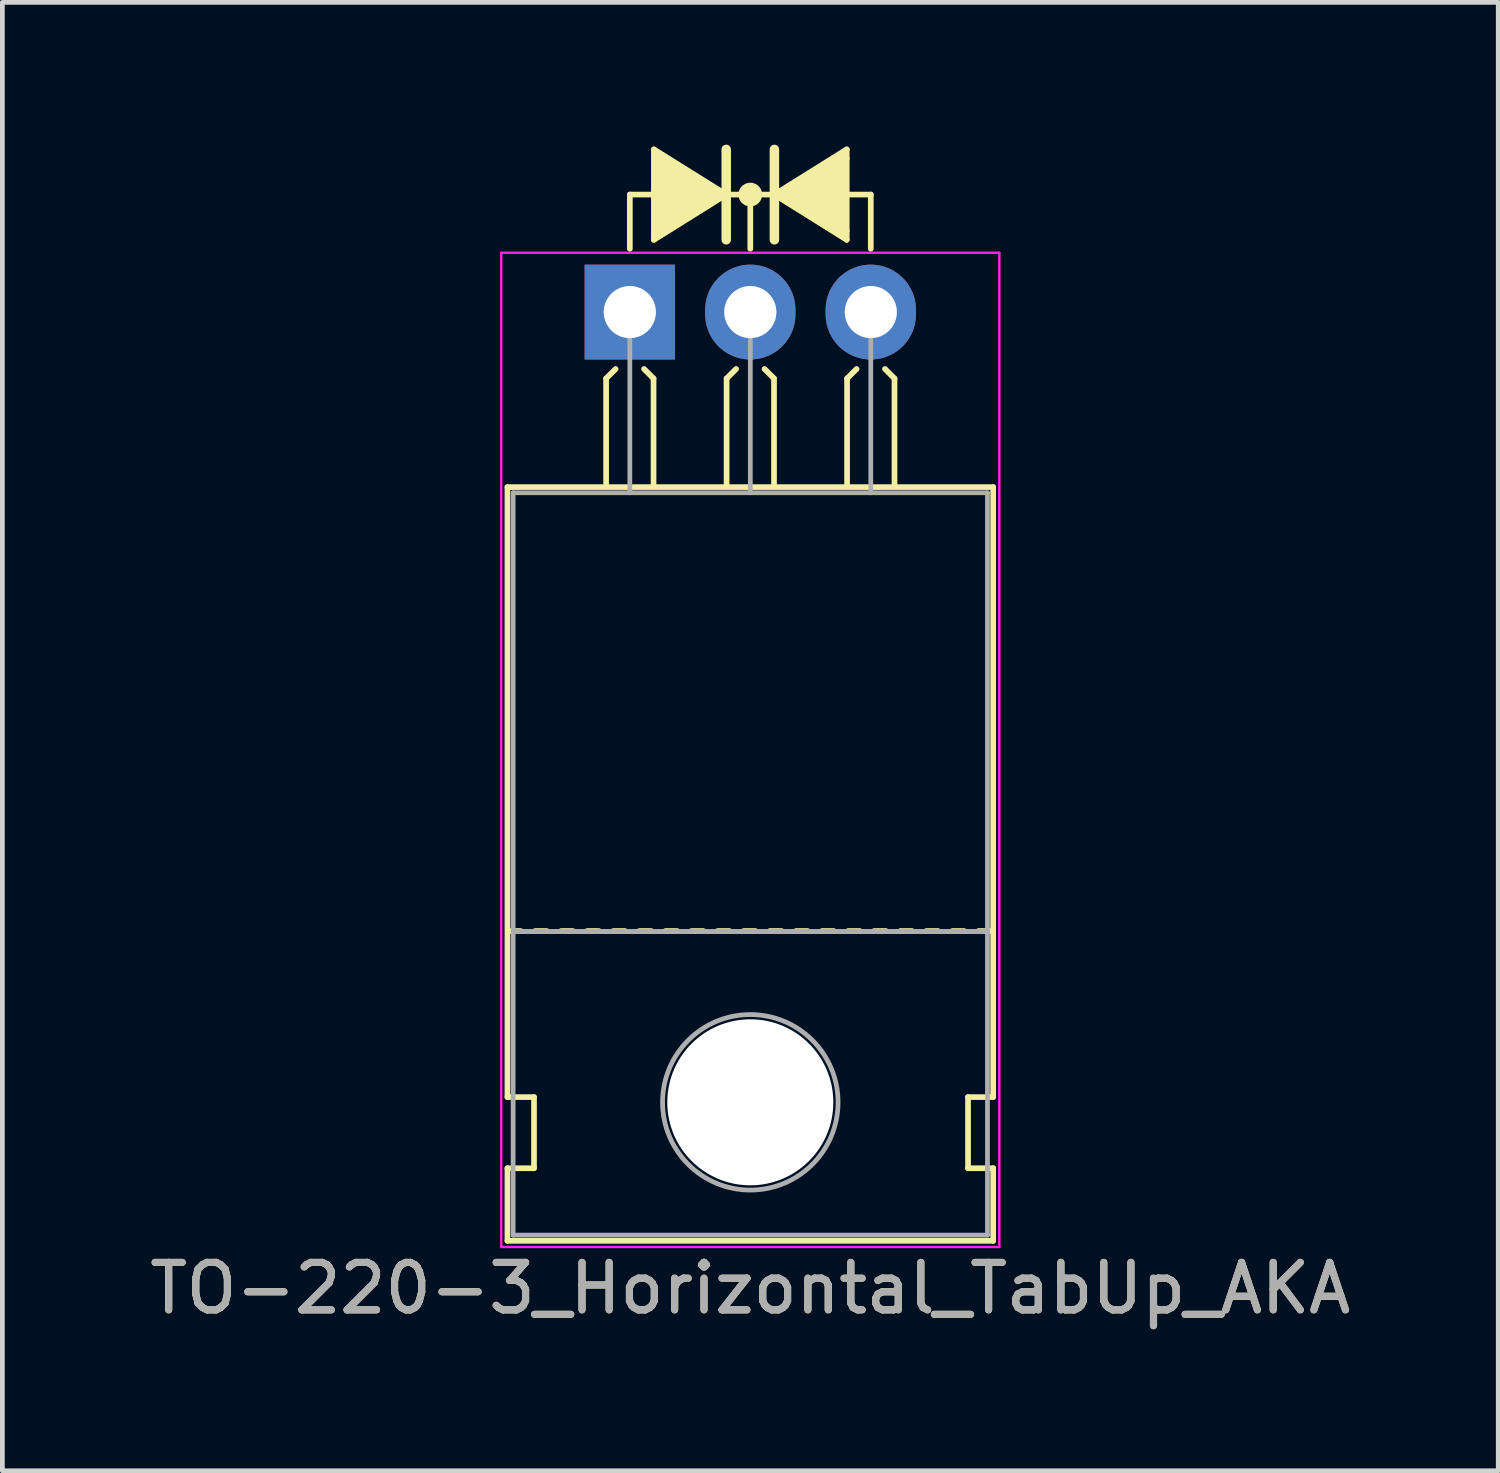
<source format=kicad_pcb>
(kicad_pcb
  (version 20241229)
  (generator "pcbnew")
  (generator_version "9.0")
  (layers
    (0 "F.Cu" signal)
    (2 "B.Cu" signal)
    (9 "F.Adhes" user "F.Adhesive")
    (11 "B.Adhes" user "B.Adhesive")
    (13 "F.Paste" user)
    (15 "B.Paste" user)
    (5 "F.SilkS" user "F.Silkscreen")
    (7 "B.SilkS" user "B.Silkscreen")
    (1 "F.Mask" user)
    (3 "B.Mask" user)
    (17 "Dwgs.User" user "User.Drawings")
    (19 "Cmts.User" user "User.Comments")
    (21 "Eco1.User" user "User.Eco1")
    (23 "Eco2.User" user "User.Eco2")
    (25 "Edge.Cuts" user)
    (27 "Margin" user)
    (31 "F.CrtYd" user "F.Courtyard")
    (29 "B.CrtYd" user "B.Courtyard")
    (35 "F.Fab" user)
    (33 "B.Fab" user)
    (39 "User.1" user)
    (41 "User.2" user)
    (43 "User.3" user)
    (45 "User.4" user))
  (footprint "TO-220-3_Horizontal_TabUp_AKA"
    (layer "F.Cu")
    (at 10.228 3.529)
    (property "Reference" "TO-220-3_Horizontal_TabUp_AKA" (at 2.54 20.58 0) (layer "F.SilkS") (effects (font (size 1 1) (thickness 0.15))))
    (attr through_hole)
    (fp_line (start -2.58 16.55) (end -2.58 3.69) (stroke (width 0.12) (type solid)) (layer "F.SilkS"))
    (fp_line (start -2.58 16.55) (end -2.02 16.55) (stroke (width 0.12) (type solid)) (layer "F.SilkS"))
    (fp_line (start -2.58 19.58) (end -2.58 18.05) (stroke (width 0.12) (type solid)) (layer "F.SilkS"))
    (fp_line (start -2.3 13.05) (end -2.55 13.05) (stroke (width 0.12) (type solid)) (layer "F.SilkS"))
    (fp_line (start -2.02 16.55) (end -2.02 18.05) (stroke (width 0.12) (type solid)) (layer "F.SilkS"))
    (fp_line (start -2.02 18.05) (end -2.58 18.05) (stroke (width 0.12) (type solid)) (layer "F.SilkS"))
    (fp_line (start -1.75 13.05) (end -2 13.05) (stroke (width 0.12) (type solid)) (layer "F.SilkS"))
    (fp_line (start -1.2 13.05) (end -1.45 13.05) (stroke (width 0.12) (type solid)) (layer "F.SilkS"))
    (fp_line (start -0.65 13.05) (end -0.9 13.05) (stroke (width 0.12) (type solid)) (layer "F.SilkS"))
    (fp_line (start -0.5 1.4) (end -0.3 1.2) (stroke (width 0.12) (type solid)) (layer "F.SilkS"))
    (fp_line (start -0.5 3.65) (end -0.5 1.4) (stroke (width 0.12) (type solid)) (layer "F.SilkS"))
    (fp_line (start -0.1 13.05) (end -0.35 13.05) (stroke (width 0.12) (type solid)) (layer "F.SilkS"))
    (fp_line (start 0 -2.477) (end 0.508 -2.477) (stroke (width 0.12) (type solid)) (layer "F.SilkS"))
    (fp_line (start 0 -1.333) (end 0 -2.477) (stroke (width 0.12) (type solid)) (layer "F.SilkS"))
    (fp_line (start 0.45 13.05) (end 0.2 13.05) (stroke (width 0.12) (type solid)) (layer "F.SilkS"))
    (fp_line (start 0.5 1.4) (end 0.3 1.2) (stroke (width 0.12) (type solid)) (layer "F.SilkS"))
    (fp_line (start 0.5 3.65) (end 0.5 1.4) (stroke (width 0.12) (type solid)) (layer "F.SilkS"))
    (fp_line (start 0.508 -3.429) (end 0.508 -1.524) (stroke (width 0.12) (type solid)) (layer "F.SilkS"))
    (fp_line (start 0.508 -1.524) (end 2.032 -2.477) (stroke (width 0.12) (type solid)) (layer "F.SilkS"))
    (fp_line (start 1 13.05) (end 0.75 13.05) (stroke (width 0.12) (type solid)) (layer "F.SilkS"))
    (fp_line (start 1.55 13.05) (end 1.3 13.05) (stroke (width 0.12) (type solid)) (layer "F.SilkS"))
    (fp_line (start 2.032 -2.477) (end 0.508 -3.429) (stroke (width 0.12) (type solid)) (layer "F.SilkS"))
    (fp_line (start 2.032 -1.524) (end 2.032 -3.429) (stroke (width 0.2) (type solid)) (layer "F.SilkS"))
    (fp_line (start 2.04 1.4) (end 2.24 1.2) (stroke (width 0.12) (type solid)) (layer "F.SilkS"))
    (fp_line (start 2.04 3.65) (end 2.04 1.4) (stroke (width 0.12) (type solid)) (layer "F.SilkS"))
    (fp_line (start 2.1 13.05) (end 1.85 13.05) (stroke (width 0.12) (type solid)) (layer "F.SilkS"))
    (fp_line (start 2.54 -2.477) (end 2.032 -2.477) (stroke (width 0.12) (type solid)) (layer "F.SilkS"))
    (fp_line (start 2.54 -2.477) (end 3.048 -2.477) (stroke (width 0.12) (type solid)) (layer "F.SilkS"))
    (fp_line (start 2.54 -1.333) (end 2.54 -2.477) (stroke (width 0.12) (type solid)) (layer "F.SilkS"))
    (fp_line (start 2.65 13.05) (end 2.4 13.05) (stroke (width 0.12) (type solid)) (layer "F.SilkS"))
    (fp_line (start 3.04 1.4) (end 2.84 1.2) (stroke (width 0.12) (type solid)) (layer "F.SilkS"))
    (fp_line (start 3.04 3.65) (end 3.04 1.4) (stroke (width 0.12) (type solid)) (layer "F.SilkS"))
    (fp_line (start 3.048 -3.429) (end 3.048 -1.524) (stroke (width 0.2) (type solid)) (layer "F.SilkS"))
    (fp_line (start 3.048 -2.477) (end 4.572 -3.429) (stroke (width 0.12) (type solid)) (layer "F.SilkS"))
    (fp_line (start 3.048 -2.477) (end 4.572 -1.524) (stroke (width 0.12) (type solid)) (layer "F.SilkS"))
    (fp_line (start 3.2 13.05) (end 2.95 13.05) (stroke (width 0.12) (type solid)) (layer "F.SilkS"))
    (fp_line (start 3.75 13.05) (end 3.5 13.05) (stroke (width 0.12) (type solid)) (layer "F.SilkS"))
    (fp_line (start 4.3 13.05) (end 4.05 13.05) (stroke (width 0.12) (type solid)) (layer "F.SilkS"))
    (fp_line (start 4.572 -3.239) (end 4.572 -3.429) (stroke (width 0.12) (type solid)) (layer "F.SilkS"))
    (fp_line (start 4.572 -1.714) (end 4.572 -3.239) (stroke (width 0.12) (type solid)) (layer "F.SilkS"))
    (fp_line (start 4.572 -1.714) (end 4.572 -1.524) (stroke (width 0.12) (type solid)) (layer "F.SilkS"))
    (fp_line (start 4.58 1.4) (end 4.78 1.2) (stroke (width 0.12) (type solid)) (layer "F.SilkS"))
    (fp_line (start 4.58 3.65) (end 4.58 1.4) (stroke (width 0.12) (type solid)) (layer "F.SilkS"))
    (fp_line (start 4.85 13.05) (end 4.6 13.05) (stroke (width 0.12) (type solid)) (layer "F.SilkS"))
    (fp_line (start 5.08 -2.477) (end 4.572 -2.477) (stroke (width 0.12) (type solid)) (layer "F.SilkS"))
    (fp_line (start 5.08 -1.333) (end 5.08 -2.477) (stroke (width 0.12) (type solid)) (layer "F.SilkS"))
    (fp_line (start 5.4 13.05) (end 5.15 13.05) (stroke (width 0.12) (type solid)) (layer "F.SilkS"))
    (fp_line (start 5.58 1.4) (end 5.38 1.2) (stroke (width 0.12) (type solid)) (layer "F.SilkS"))
    (fp_line (start 5.58 3.65) (end 5.58 1.4) (stroke (width 0.12) (type solid)) (layer "F.SilkS"))
    (fp_line (start 5.95 13.05) (end 5.7 13.05) (stroke (width 0.12) (type solid)) (layer "F.SilkS"))
    (fp_line (start 6.5 13.05) (end 6.25 13.05) (stroke (width 0.12) (type solid)) (layer "F.SilkS"))
    (fp_line (start 7.05 13.05) (end 6.8 13.05) (stroke (width 0.12) (type solid)) (layer "F.SilkS"))
    (fp_line (start 7.13 16.55) (end 7.655 16.55) (stroke (width 0.12) (type solid)) (layer "F.SilkS"))
    (fp_line (start 7.13 18.05) (end 7.13 16.55) (stroke (width 0.12) (type solid)) (layer "F.SilkS"))
    (fp_line (start 7.6 13.05) (end 7.35 13.05) (stroke (width 0.12) (type solid)) (layer "F.SilkS"))
    (fp_line (start 7.66 3.69) (end -2.58 3.69) (stroke (width 0.12) (type solid)) (layer "F.SilkS"))
    (fp_line (start 7.66 16.55) (end 7.66 3.69) (stroke (width 0.12) (type solid)) (layer "F.SilkS"))
    (fp_line (start 7.66 18.05) (end 7.13 18.05) (stroke (width 0.12) (type solid)) (layer "F.SilkS"))
    (fp_line (start 7.66 19.58) (end -2.58 19.58) (stroke (width 0.12) (type solid)) (layer "F.SilkS"))
    (fp_line (start 7.66 19.58) (end 7.66 18.05) (stroke (width 0.12) (type solid)) (layer "F.SilkS"))
    (fp_circle (center 2.54 -2.477) (end 2.54 -2.667) (stroke (width 0.12) (type solid)) (fill no) (layer "F.SilkS"))
    (fp_circle (center 2.54 -2.477) (end 2.54 -2.603) (stroke (width 0.12) (type solid)) (fill no) (layer "F.SilkS"))
    (fp_circle (center 2.54 -2.477) (end 2.54 -2.54) (stroke (width 0.12) (type solid)) (fill no) (layer "F.SilkS"))
    (fp_poly (pts (xy 0.508 -3.429) (xy 2.032 -2.477) (xy 0.508 -1.524)) (stroke (width 0.1) (type solid)) (fill yes) (layer "F.SilkS"))
    (fp_poly (pts (xy 3.048 -2.477) (xy 4.572 -3.429) (xy 4.572 -1.524)) (stroke (width 0.1) (type solid)) (fill yes) (layer "F.SilkS"))
    (fp_line (start -2.71 -1.25) (end -2.71 19.71) (stroke (width 0.05) (type solid)) (layer "F.CrtYd"))
    (fp_line (start -2.71 19.71) (end 7.79 19.71) (stroke (width 0.05) (type solid)) (layer "F.CrtYd"))
    (fp_line (start 7.79 -1.25) (end -2.71 -1.25) (stroke (width 0.05) (type solid)) (layer "F.CrtYd"))
    (fp_line (start 7.79 19.71) (end 7.79 -1.25) (stroke (width 0.05) (type solid)) (layer "F.CrtYd"))
    (fp_line (start -2.46 3.81) (end -2.46 13.06) (stroke (width 0.1) (type solid)) (layer "F.Fab"))
    (fp_line (start -2.46 13.06) (end -2.46 19.46) (stroke (width 0.1) (type solid)) (layer "F.Fab"))
    (fp_line (start -2.46 13.06) (end 7.54 13.06) (stroke (width 0.1) (type solid)) (layer "F.Fab"))
    (fp_line (start -2.46 19.46) (end 7.54 19.46) (stroke (width 0.1) (type solid)) (layer "F.Fab"))
    (fp_line (start 0 3.81) (end 0 0) (stroke (width 0.1) (type solid)) (layer "F.Fab"))
    (fp_line (start 2.54 3.81) (end 2.54 0) (stroke (width 0.1) (type solid)) (layer "F.Fab"))
    (fp_line (start 5.08 3.81) (end 5.08 0) (stroke (width 0.1) (type solid)) (layer "F.Fab"))
    (fp_line (start 7.54 3.81) (end -2.46 3.81) (stroke (width 0.1) (type solid)) (layer "F.Fab"))
    (fp_line (start 7.54 13.06) (end -2.46 13.06) (stroke (width 0.1) (type solid)) (layer "F.Fab"))
    (fp_line (start 7.54 13.06) (end 7.54 3.81) (stroke (width 0.1) (type solid)) (layer "F.Fab"))
    (fp_line (start 7.54 19.46) (end 7.54 13.06) (stroke (width 0.1) (type solid)) (layer "F.Fab"))
    (fp_circle (center 2.54 16.66) (end 4.39 16.66) (stroke (width 0.1) (type solid)) (fill no) (layer "F.Fab"))
    (fp_text user "${REFERENCE}" (at 2.54 20.58 0) (layer "F.Fab") (effects (font (size 1 1) (thickness 0.15))))
    (pad "" np_thru_hole oval (at 2.54 16.66) (size 3.5 3.5) (drill 3.5) (layers "*.Cu" "*.Mask"))
    (pad "1" thru_hole rect (at 0 0) (size 1.905 2) (drill 1.1) (layers "*.Cu" "*.Mask"))
    (pad "2" thru_hole oval (at 2.54 0) (size 1.905 2) (drill 1.1) (layers "*.Cu" "*.Mask"))
    (pad "3" thru_hole oval (at 5.08 0) (size 1.905 2) (drill 1.1) (layers "*.Cu" "*.Mask")))
  (gr_rect
    (start -3 -3)
    (end 28.536 27.957)
    (stroke (width 0.1) (type default))
    (fill no)
    (layer "Edge.Cuts")))
</source>
